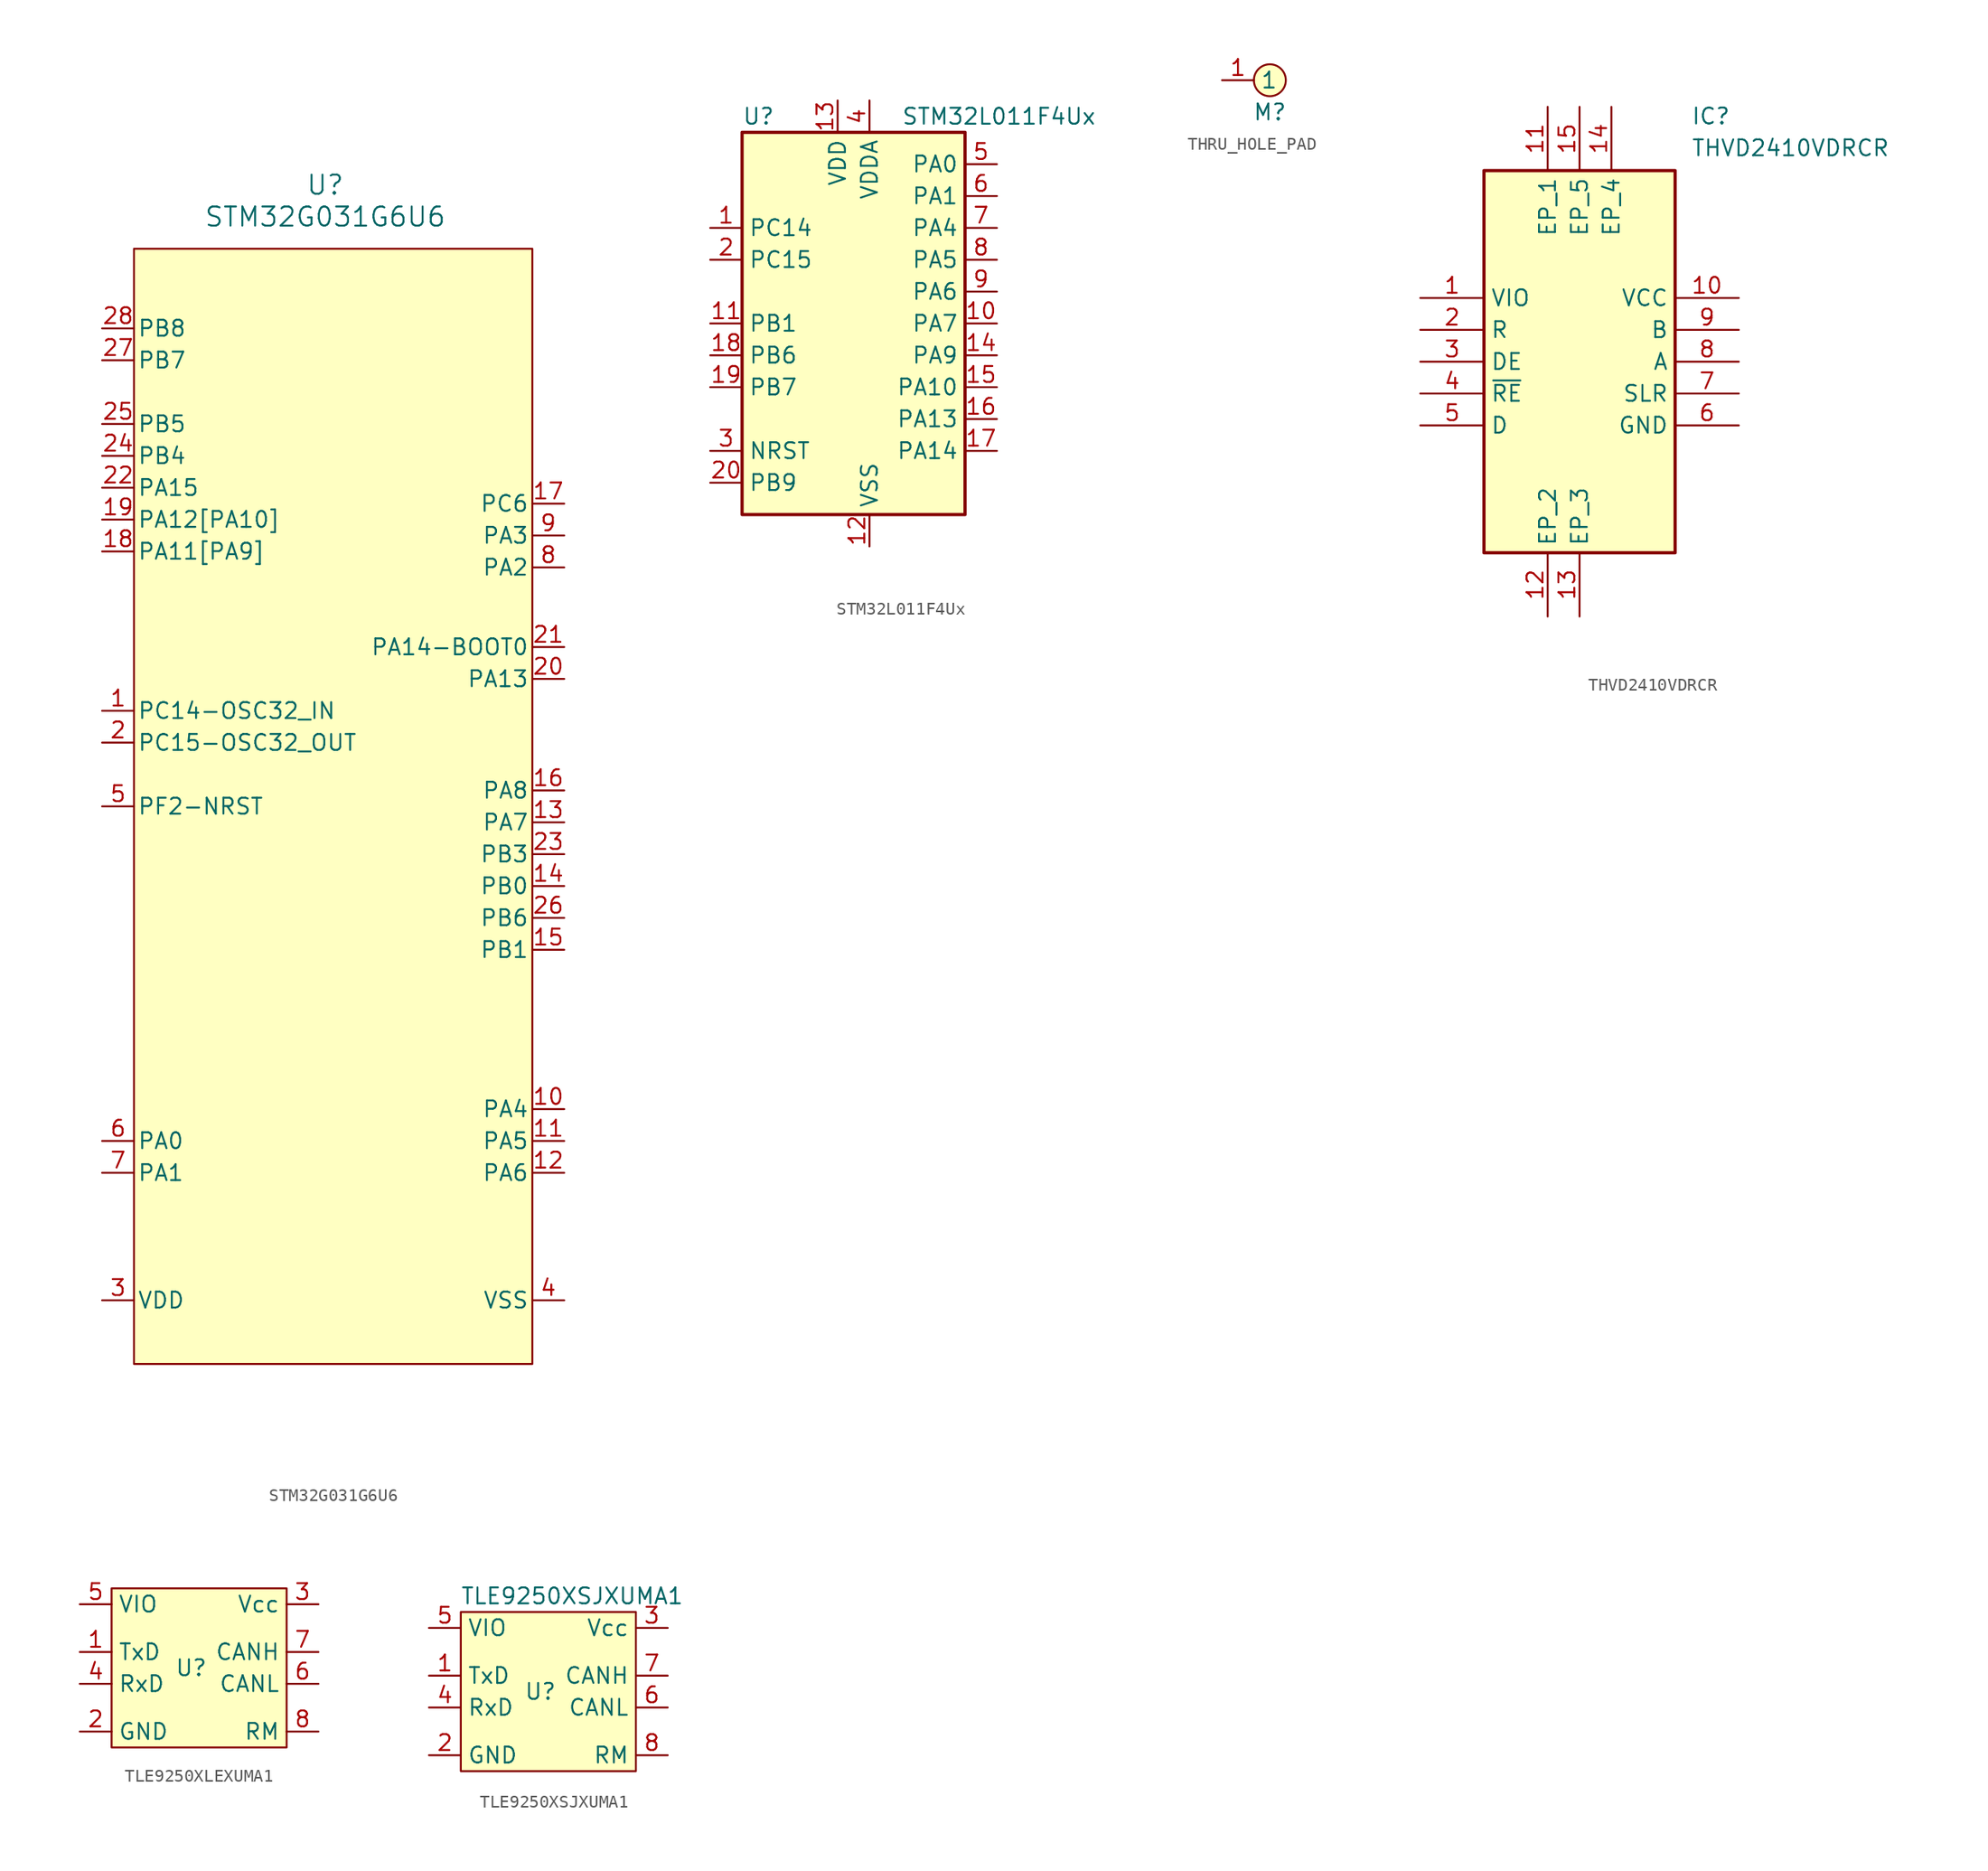
<source format=kicad_sym>
(kicad_symbol_lib
  (version 20220914)
  (generator kicad_symbol_editor)
  (symbol "STM32G031G6U6"
    (pin_names
      (offset 0.254))
    (property "Reference" "U"
      (at -1.27 52.07 0)
      (effects (font (size 1.524 1.524))))
    (property "Value" "STM32G031G6U6"
      (at -1.27 49.53 0)
      (effects (font (size 1.524 1.524))))
    (symbol "STM32G031G6U6_1_1"
      (rectangle (start -16.51 46.99) (end 15.24 -41.91) (stroke (width 0) (type default)) (fill (type background)))
      (pin bidirectional line (at -19.05 10.16 0) (length 2.54) (name "PC14-OSC32_IN" (effects (font (size 1.27 1.27)))) (number "1" (effects (font (size 1.27 1.27)))))
      (pin bidirectional line (at 17.78 -21.59 180) (length 2.54) (name "PA4" (effects (font (size 1.27 1.27)))) (number "10" (effects (font (size 1.27 1.27)))))
      (pin bidirectional line (at 17.78 -24.13 180) (length 2.54) (name "PA5" (effects (font (size 1.27 1.27)))) (number "11" (effects (font (size 1.27 1.27)))))
      (pin bidirectional line (at 17.78 -26.67 180) (length 2.54) (name "PA6" (effects (font (size 1.27 1.27)))) (number "12" (effects (font (size 1.27 1.27)))))
      (pin bidirectional line (at 17.78 1.27 180) (length 2.54) (name "PA7" (effects (font (size 1.27 1.27)))) (number "13" (effects (font (size 1.27 1.27)))))
      (pin bidirectional line (at 17.78 -3.81 180) (length 2.54) (name "PB0" (effects (font (size 1.27 1.27)))) (number "14" (effects (font (size 1.27 1.27)))))
      (pin bidirectional line (at 17.78 -8.89 180) (length 2.54) (name "PB1" (effects (font (size 1.27 1.27)))) (number "15" (effects (font (size 1.27 1.27)))))
      (pin bidirectional line (at 17.78 3.81 180) (length 2.54) (name "PA8" (effects (font (size 1.27 1.27)))) (number "16" (effects (font (size 1.27 1.27)))))
      (pin bidirectional line (at 17.78 26.67 180) (length 2.54) (name "PC6" (effects (font (size 1.27 1.27)))) (number "17" (effects (font (size 1.27 1.27)))))
      (pin bidirectional line (at -19.05 22.86 0) (length 2.54) (name "PA11[PA9]" (effects (font (size 1.27 1.27)))) (number "18" (effects (font (size 1.27 1.27)))))
      (pin bidirectional line (at -19.05 25.4 0) (length 2.54) (name "PA12[PA10]" (effects (font (size 1.27 1.27)))) (number "19" (effects (font (size 1.27 1.27)))))
      (pin bidirectional line (at -19.05 7.62 0) (length 2.54) (name "PC15-OSC32_OUT" (effects (font (size 1.27 1.27)))) (number "2" (effects (font (size 1.27 1.27)))))
      (pin bidirectional line (at 17.78 12.7 180) (length 2.54) (name "PA13" (effects (font (size 1.27 1.27)))) (number "20" (effects (font (size 1.27 1.27)))))
      (pin bidirectional line (at 17.78 15.24 180) (length 2.54) (name "PA14-BOOT0" (effects (font (size 1.27 1.27)))) (number "21" (effects (font (size 1.27 1.27)))))
      (pin bidirectional line (at -19.05 27.94 0) (length 2.54) (name "PA15" (effects (font (size 1.27 1.27)))) (number "22" (effects (font (size 1.27 1.27)))))
      (pin bidirectional line (at 17.78 -1.27 180) (length 2.54) (name "PB3" (effects (font (size 1.27 1.27)))) (number "23" (effects (font (size 1.27 1.27)))))
      (pin bidirectional line (at -19.05 30.48 0) (length 2.54) (name "PB4" (effects (font (size 1.27 1.27)))) (number "24" (effects (font (size 1.27 1.27)))))
      (pin bidirectional line (at -19.05 33.02 0) (length 2.54) (name "PB5" (effects (font (size 1.27 1.27)))) (number "25" (effects (font (size 1.27 1.27)))))
      (pin bidirectional line (at 17.78 -6.35 180) (length 2.54) (name "PB6" (effects (font (size 1.27 1.27)))) (number "26" (effects (font (size 1.27 1.27)))))
      (pin bidirectional line (at -19.05 38.1 0) (length 2.54) (name "PB7" (effects (font (size 1.27 1.27)))) (number "27" (effects (font (size 1.27 1.27)))))
      (pin bidirectional line (at -19.05 40.64 0) (length 2.54) (name "PB8" (effects (font (size 1.27 1.27)))) (number "28" (effects (font (size 1.27 1.27)))))
      (pin power_in line (at -19.05 -36.83 0) (length 2.54) (name "VDD" (effects (font (size 1.27 1.27)))) (number "3" (effects (font (size 1.27 1.27)))))
      (pin power_in line (at 17.78 -36.83 180) (length 2.54) (name "VSS" (effects (font (size 1.27 1.27)))) (number "4" (effects (font (size 1.27 1.27)))))
      (pin bidirectional line (at -19.05 2.54 0) (length 2.54) (name "PF2-NRST" (effects (font (size 1.27 1.27)))) (number "5" (effects (font (size 1.27 1.27)))))
      (pin bidirectional line (at -19.05 -24.13 0) (length 2.54) (name "PA0" (effects (font (size 1.27 1.27)))) (number "6" (effects (font (size 1.27 1.27)))))
      (pin bidirectional line (at -19.05 -26.67 0) (length 2.54) (name "PA1" (effects (font (size 1.27 1.27)))) (number "7" (effects (font (size 1.27 1.27)))))
      (pin bidirectional line (at 17.78 21.59 180) (length 2.54) (name "PA2" (effects (font (size 1.27 1.27)))) (number "8" (effects (font (size 1.27 1.27)))))
      (pin bidirectional line (at 17.78 24.13 180) (length 2.54) (name "PA3" (effects (font (size 1.27 1.27)))) (number "9" (effects (font (size 1.27 1.27)))))))
  (symbol "STM32L011F4Ux"
    (property "Reference" "U"
      (at -7.62 16.51 0)
      (effects (font (size 1.27 1.27)) (justify left)))
    (property "Value" "STM32L011F4Ux"
      (at 5.08 16.51 0)
      (effects (font (size 1.27 1.27)) (justify left)))
    (symbol "STM32L011F4Ux_0_1"
      (rectangle (start -7.62 -15.24) (end 10.16 15.24) (stroke (width 0.254) (type default)) (fill (type background))))
    (symbol "STM32L011F4Ux_1_1"
      (pin bidirectional line (at -10.16 7.62 0) (length 2.54) (name "PC14" (effects (font (size 1.27 1.27)))) (number "1" (effects (font (size 1.27 1.27)))) (alternate "RCC_OSC32_IN" bidirectional line))
      (pin bidirectional line (at 12.7 0 180) (length 2.54) (name "PA7" (effects (font (size 1.27 1.27)))) (number "10" (effects (font (size 1.27 1.27)))) (alternate "ADC_IN7" bidirectional line) (alternate "COMP2_INP" bidirectional line) (alternate "COMP2_OUT" bidirectional line) (alternate "LPTIM1_OUT" bidirectional line) (alternate "SPI1_MOSI" bidirectional line) (alternate "TIM21_ETR" bidirectional line) (alternate "USART2_CTS" bidirectional line))
      (pin bidirectional line (at -10.16 0 0) (length 2.54) (name "PB1" (effects (font (size 1.27 1.27)))) (number "11" (effects (font (size 1.27 1.27)))) (alternate "ADC_IN9" bidirectional line) (alternate "LPTIM1_IN1" bidirectional line) (alternate "LPUART1_DE" bidirectional line) (alternate "LPUART1_RTS" bidirectional line) (alternate "SPI1_MOSI" bidirectional line) (alternate "SYS_VREF_OUT_PB1" bidirectional line) (alternate "TIM2_CH4" bidirectional line) (alternate "USART2_CK" bidirectional line))
      (pin power_in line (at 2.54 -17.78 90) (length 2.54) (name "VSS" (effects (font (size 1.27 1.27)))) (number "12" (effects (font (size 1.27 1.27)))))
      (pin power_in line (at 0 17.78 270) (length 2.54) (name "VDD" (effects (font (size 1.27 1.27)))) (number "13" (effects (font (size 1.27 1.27)))))
      (pin bidirectional line (at 12.7 -2.54 180) (length 2.54) (name "PA9" (effects (font (size 1.27 1.27)))) (number "14" (effects (font (size 1.27 1.27)))) (alternate "COMP1_OUT" bidirectional line) (alternate "I2C1_SCL" bidirectional line) (alternate "LPTIM1_OUT" bidirectional line) (alternate "RCC_MCO" bidirectional line) (alternate "TIM21_CH2" bidirectional line) (alternate "USART2_TX" bidirectional line))
      (pin bidirectional line (at 12.7 -5.08 180) (length 2.54) (name "PA10" (effects (font (size 1.27 1.27)))) (number "15" (effects (font (size 1.27 1.27)))) (alternate "COMP1_OUT" bidirectional line) (alternate "I2C1_SDA" bidirectional line) (alternate "RTC_REFIN" bidirectional line) (alternate "TIM21_CH1" bidirectional line) (alternate "TIM2_CH3" bidirectional line) (alternate "USART2_RX" bidirectional line))
      (pin bidirectional line (at 12.7 -7.62 180) (length 2.54) (name "PA13" (effects (font (size 1.27 1.27)))) (number "16" (effects (font (size 1.27 1.27)))) (alternate "COMP1_OUT" bidirectional line) (alternate "I2C1_SDA" bidirectional line) (alternate "LPTIM1_ETR" bidirectional line) (alternate "LPUART1_RX" bidirectional line) (alternate "SPI1_SCK" bidirectional line) (alternate "SYS_SWDIO" bidirectional line))
      (pin bidirectional line (at 12.7 -10.16 180) (length 2.54) (name "PA14" (effects (font (size 1.27 1.27)))) (number "17" (effects (font (size 1.27 1.27)))) (alternate "COMP2_OUT" bidirectional line) (alternate "I2C1_SMBA" bidirectional line) (alternate "LPTIM1_OUT" bidirectional line) (alternate "LPUART1_TX" bidirectional line) (alternate "SPI1_MISO" bidirectional line) (alternate "SYS_SWCLK" bidirectional line) (alternate "USART2_TX" bidirectional line))
      (pin bidirectional line (at -10.16 -2.54 0) (length 2.54) (name "PB6" (effects (font (size 1.27 1.27)))) (number "18" (effects (font (size 1.27 1.27)))) (alternate "COMP2_INP" bidirectional line) (alternate "I2C1_SCL" bidirectional line) (alternate "LPTIM1_ETR" bidirectional line) (alternate "LPUART1_TX" bidirectional line) (alternate "TIM2_CH3" bidirectional line) (alternate "USART2_TX" bidirectional line))
      (pin bidirectional line (at -10.16 -5.08 0) (length 2.54) (name "PB7" (effects (font (size 1.27 1.27)))) (number "19" (effects (font (size 1.27 1.27)))) (alternate "COMP2_INP" bidirectional line) (alternate "I2C1_SDA" bidirectional line) (alternate "LPTIM1_IN2" bidirectional line) (alternate "LPUART1_RX" bidirectional line) (alternate "SYS_PVD_IN" bidirectional line) (alternate "TIM2_CH4" bidirectional line) (alternate "USART2_RX" bidirectional line))
      (pin bidirectional line (at -10.16 5.08 0) (length 2.54) (name "PC15" (effects (font (size 1.27 1.27)))) (number "2" (effects (font (size 1.27 1.27)))) (alternate "RCC_OSC32_OUT" bidirectional line))
      (pin bidirectional line (at -10.16 -12.7 0) (length 2.54) (name "PB9" (effects (font (size 1.27 1.27)))) (number "20" (effects (font (size 1.27 1.27)))))
      (pin input line (at -10.16 -10.16 0) (length 2.54) (name "NRST" (effects (font (size 1.27 1.27)))) (number "3" (effects (font (size 1.27 1.27)))))
      (pin power_in line (at 2.54 17.78 270) (length 2.54) (name "VDDA" (effects (font (size 1.27 1.27)))) (number "4" (effects (font (size 1.27 1.27)))))
      (pin bidirectional line (at 12.7 12.7 180) (length 2.54) (name "PA0" (effects (font (size 1.27 1.27)))) (number "5" (effects (font (size 1.27 1.27)))) (alternate "ADC_IN0" bidirectional line) (alternate "COMP1_INM" bidirectional line) (alternate "COMP1_OUT" bidirectional line) (alternate "LPTIM1_IN1" bidirectional line) (alternate "LPUART1_RX" bidirectional line) (alternate "RCC_CK_IN" bidirectional line) (alternate "RTC_TAMP2" bidirectional line) (alternate "SYS_WKUP1" bidirectional line) (alternate "TIM2_CH1" bidirectional line) (alternate "TIM2_ETR" bidirectional line) (alternate "USART2_CTS" bidirectional line) (alternate "USART2_RX" bidirectional line))
      (pin bidirectional line (at 12.7 10.16 180) (length 2.54) (name "PA1" (effects (font (size 1.27 1.27)))) (number "6" (effects (font (size 1.27 1.27)))) (alternate "ADC_IN1" bidirectional line) (alternate "COMP1_INP" bidirectional line) (alternate "I2C1_SMBA" bidirectional line) (alternate "LPTIM1_IN2" bidirectional line) (alternate "LPUART1_TX" bidirectional line) (alternate "TIM21_ETR" bidirectional line) (alternate "TIM2_CH2" bidirectional line) (alternate "USART2_DE" bidirectional line) (alternate "USART2_RTS" bidirectional line))
      (pin bidirectional line (at 12.7 7.62 180) (length 2.54) (name "PA4" (effects (font (size 1.27 1.27)))) (number "7" (effects (font (size 1.27 1.27)))) (alternate "ADC_IN4" bidirectional line) (alternate "COMP1_INM" bidirectional line) (alternate "COMP2_INM" bidirectional line) (alternate "COMP2_OUT" bidirectional line) (alternate "I2C1_SCL" bidirectional line) (alternate "LPTIM1_ETR" bidirectional line) (alternate "LPTIM1_IN1" bidirectional line) (alternate "LPUART1_TX" bidirectional line) (alternate "SPI1_NSS" bidirectional line) (alternate "TIM2_ETR" bidirectional line) (alternate "USART2_CK" bidirectional line))
      (pin bidirectional line (at 12.7 5.08 180) (length 2.54) (name "PA5" (effects (font (size 1.27 1.27)))) (number "8" (effects (font (size 1.27 1.27)))) (alternate "ADC_IN5" bidirectional line) (alternate "COMP1_INM" bidirectional line) (alternate "COMP2_INM" bidirectional line) (alternate "LPTIM1_IN2" bidirectional line) (alternate "SPI1_SCK" bidirectional line) (alternate "TIM2_CH1" bidirectional line) (alternate "TIM2_ETR" bidirectional line))
      (pin bidirectional line (at 12.7 2.54 180) (length 2.54) (name "PA6" (effects (font (size 1.27 1.27)))) (number "9" (effects (font (size 1.27 1.27)))) (alternate "ADC_IN6" bidirectional line) (alternate "COMP1_OUT" bidirectional line) (alternate "LPTIM1_ETR" bidirectional line) (alternate "LPUART1_CTS" bidirectional line) (alternate "SPI1_MISO" bidirectional line))))
  (symbol "THRU_HOLE_PAD"
    (property "Reference" "M"
      (at 1.27 -2.54 0)
      (effects (font (size 1.27 1.27))))
    (symbol "THRU_HOLE_PAD_0_1"
      (circle (center 1.27 0) (radius 1.27) (stroke (width 0) (type default)) (fill (type background))))
    (symbol "THRU_HOLE_PAD_1_1"
      (pin passive line (at -2.54 0 0) (length 2.54) (name "1" (effects (font (size 1.27 1.27)))) (number "1" (effects (font (size 1.27 1.27)))))))
  (symbol "THVD2410VDRCR"
    (property "Reference" "IC"
      (at 21.59 15.24 0)
      (effects (font (size 1.27 1.27)) (justify left top)))
    (property "Value" "THVD2410VDRCR"
      (at 21.59 12.7 0)
      (effects (font (size 1.27 1.27)) (justify left top)))
    (symbol "THVD2410VDRCR_1_1"
      (rectangle (start 5.08 10.16) (end 20.32 -20.32) (stroke (width 0.254) (type default)) (fill (type background)))
      (pin passive line (at 0 0 0) (length 5.08) (name "VIO" (effects (font (size 1.27 1.27)))) (number "1" (effects (font (size 1.27 1.27)))))
      (pin passive line (at 25.4 0 180) (length 5.08) (name "VCC" (effects (font (size 1.27 1.27)))) (number "10" (effects (font (size 1.27 1.27)))))
      (pin passive line (at 10.16 15.24 270) (length 5.08) (name "EP_1" (effects (font (size 1.27 1.27)))) (number "11" (effects (font (size 1.27 1.27)))))
      (pin passive line (at 10.16 -25.4 90) (length 5.08) (name "EP_2" (effects (font (size 1.27 1.27)))) (number "12" (effects (font (size 1.27 1.27)))))
      (pin passive line (at 12.7 -25.4 90) (length 5.08) (name "EP_3" (effects (font (size 1.27 1.27)))) (number "13" (effects (font (size 1.27 1.27)))))
      (pin passive line (at 15.24 15.24 270) (length 5.08) (name "EP_4" (effects (font (size 1.27 1.27)))) (number "14" (effects (font (size 1.27 1.27)))))
      (pin passive line (at 12.7 15.24 270) (length 5.08) (name "EP_5" (effects (font (size 1.27 1.27)))) (number "15" (effects (font (size 1.27 1.27)))))
      (pin passive line (at 0 -2.54 0) (length 5.08) (name "R" (effects (font (size 1.27 1.27)))) (number "2" (effects (font (size 1.27 1.27)))))
      (pin passive line (at 0 -5.08 0) (length 5.08) (name "DE" (effects (font (size 1.27 1.27)))) (number "3" (effects (font (size 1.27 1.27)))))
      (pin passive line (at 0 -7.62 0) (length 5.08) (name "~{RE}" (effects (font (size 1.27 1.27)))) (number "4" (effects (font (size 1.27 1.27)))))
      (pin passive line (at 0 -10.16 0) (length 5.08) (name "D" (effects (font (size 1.27 1.27)))) (number "5" (effects (font (size 1.27 1.27)))))
      (pin passive line (at 25.4 -10.16 180) (length 5.08) (name "GND" (effects (font (size 1.27 1.27)))) (number "6" (effects (font (size 1.27 1.27)))))
      (pin passive line (at 25.4 -7.62 180) (length 5.08) (name "SLR" (effects (font (size 1.27 1.27)))) (number "7" (effects (font (size 1.27 1.27)))))
      (pin passive line (at 25.4 -5.08 180) (length 5.08) (name "A" (effects (font (size 1.27 1.27)))) (number "8" (effects (font (size 1.27 1.27)))))
      (pin passive line (at 25.4 -2.54 180) (length 5.08) (name "B" (effects (font (size 1.27 1.27)))) (number "9" (effects (font (size 1.27 1.27)))))))
  (symbol "TLE9250XLEXUMA1"
    (property "Reference" "U"
      (at 0 0 0)
      (effects (font (size 1.27 1.27))))
    (property "Value" ""
      (at 0 0 0)
      (effects (font (size 1.27 1.27))))
    (symbol "TLE9250XLEXUMA1_0_1"
      (rectangle (start -6.35 6.35) (end 7.62 -6.35) (stroke (width 0) (type default)) (fill (type background))))
    (symbol "TLE9250XLEXUMA1_1_1"
      (pin input line (at -8.89 1.27 0) (length 2.54) (name "TxD" (effects (font (size 1.27 1.27)))) (number "1" (effects (font (size 1.27 1.27)))))
      (pin input line (at -8.89 -5.08 0) (length 2.54) (name "GND" (effects (font (size 1.27 1.27)))) (number "2" (effects (font (size 1.27 1.27)))))
      (pin input line (at 10.16 5.08 180) (length 2.54) (name "Vcc" (effects (font (size 1.27 1.27)))) (number "3" (effects (font (size 1.27 1.27)))))
      (pin input line (at -8.89 -1.27 0) (length 2.54) (name "RxD" (effects (font (size 1.27 1.27)))) (number "4" (effects (font (size 1.27 1.27)))))
      (pin input line (at -8.89 5.08 0) (length 2.54) (name "VIO" (effects (font (size 1.27 1.27)))) (number "5" (effects (font (size 1.27 1.27)))))
      (pin input line (at 10.16 -1.27 180) (length 2.54) (name "CANL" (effects (font (size 1.27 1.27)))) (number "6" (effects (font (size 1.27 1.27)))))
      (pin input line (at 10.16 1.27 180) (length 2.54) (name "CANH" (effects (font (size 1.27 1.27)))) (number "7" (effects (font (size 1.27 1.27)))))
      (pin input line (at 10.16 -5.08 180) (length 2.54) (name "RM" (effects (font (size 1.27 1.27)))) (number "8" (effects (font (size 1.27 1.27)))))))
  (symbol "TLE9250XSJXUMA1"
    (property "Reference" "U"
      (at 0 0 0)
      (effects (font (size 1.27 1.27))))
    (property "Value" "TLE9250XSJXUMA1"
      (at 2.54 7.62 0)
      (effects (font (size 1.27 1.27))))
    (symbol "TLE9250XSJXUMA1_0_1"
      (rectangle (start -6.35 6.35) (end 7.62 -6.35) (stroke (width 0) (type default)) (fill (type background))))
    (symbol "TLE9250XSJXUMA1_1_1"
      (pin input line (at -8.89 1.27 0) (length 2.54) (name "TxD" (effects (font (size 1.27 1.27)))) (number "1" (effects (font (size 1.27 1.27)))))
      (pin input line (at -8.89 -5.08 0) (length 2.54) (name "GND" (effects (font (size 1.27 1.27)))) (number "2" (effects (font (size 1.27 1.27)))))
      (pin input line (at 10.16 5.08 180) (length 2.54) (name "Vcc" (effects (font (size 1.27 1.27)))) (number "3" (effects (font (size 1.27 1.27)))))
      (pin input line (at -8.89 -1.27 0) (length 2.54) (name "RxD" (effects (font (size 1.27 1.27)))) (number "4" (effects (font (size 1.27 1.27)))))
      (pin input line (at -8.89 5.08 0) (length 2.54) (name "VIO" (effects (font (size 1.27 1.27)))) (number "5" (effects (font (size 1.27 1.27)))))
      (pin input line (at 10.16 -1.27 180) (length 2.54) (name "CANL" (effects (font (size 1.27 1.27)))) (number "6" (effects (font (size 1.27 1.27)))))
      (pin input line (at 10.16 1.27 180) (length 2.54) (name "CANH" (effects (font (size 1.27 1.27)))) (number "7" (effects (font (size 1.27 1.27)))))
      (pin input line (at 10.16 -5.08 180) (length 2.54) (name "RM" (effects (font (size 1.27 1.27)))) (number "8" (effects (font (size 1.27 1.27))))))))
</source>
